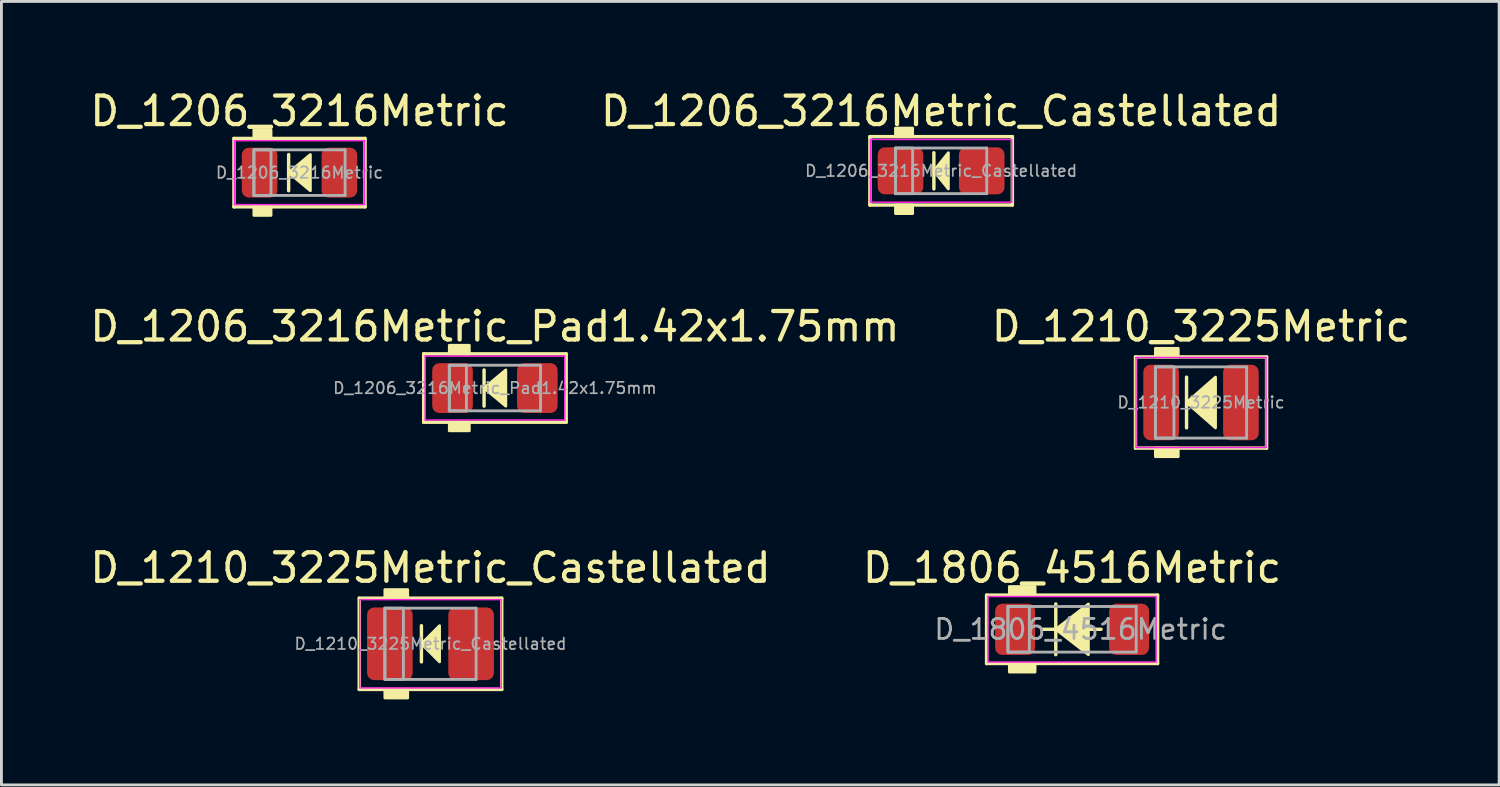
<source format=kicad_pcb>
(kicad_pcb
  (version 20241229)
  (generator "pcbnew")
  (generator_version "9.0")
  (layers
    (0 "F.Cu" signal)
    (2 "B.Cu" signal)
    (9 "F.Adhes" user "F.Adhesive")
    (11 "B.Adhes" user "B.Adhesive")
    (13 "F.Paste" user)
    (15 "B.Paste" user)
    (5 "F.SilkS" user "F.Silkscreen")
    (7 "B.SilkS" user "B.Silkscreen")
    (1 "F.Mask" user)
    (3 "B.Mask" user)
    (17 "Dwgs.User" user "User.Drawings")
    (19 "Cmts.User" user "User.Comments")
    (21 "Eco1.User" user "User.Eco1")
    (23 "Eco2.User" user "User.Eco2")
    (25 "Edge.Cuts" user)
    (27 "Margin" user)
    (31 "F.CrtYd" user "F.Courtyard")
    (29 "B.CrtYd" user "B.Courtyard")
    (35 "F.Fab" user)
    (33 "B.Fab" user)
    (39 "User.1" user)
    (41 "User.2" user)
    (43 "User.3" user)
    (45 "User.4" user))
  (footprint "D_1206_3216Metric"
    (layer "F.Cu")
    (at 7.458 3.007)
    (property "Reference" "D_1206_3216Metric" (at 0 -2.159 0) (layer "F.SilkS") (effects (font (size 1 1) (thickness 0.15))))
    (attr smd)
    (fp_line (start -2.3 -1.2) (end -2.3 1.2) (stroke (width 0.12) (type solid)) (layer "F.SilkS"))
    (fp_line (start -2.3 1.2) (end 2.3 1.2) (stroke (width 0.12) (type solid)) (layer "F.SilkS"))
    (fp_line (start -0.381 -0.635) (end -0.381 0.635) (stroke (width 0.12) (type solid)) (layer "F.SilkS"))
    (fp_line (start 2.3 -1.2) (end -2.3 -1.2) (stroke (width 0.12) (type solid)) (layer "F.SilkS"))
    (fp_line (start 2.3 1.2) (end 2.3 -1.2) (stroke (width 0.12) (type solid)) (layer "F.SilkS"))
    (fp_poly (pts (xy 0.381 0.635) (xy -0.381 0) (xy 0.381 -0.635)) (stroke (width 0.1) (type solid)) (fill yes) (layer "F.SilkS"))
    (fp_poly (pts (xy -1 -1.2) (xy -1.6 -1.2) (xy -1.6 -1.5) (xy -1 -1.5)) (stroke (width 0.1) (type solid)) (fill yes) (layer "F.SilkS"))
    (fp_poly (pts (xy -1 1.5) (xy -1.6 1.5) (xy -1.6 1.2) (xy -1 1.2)) (stroke (width 0.1) (type solid)) (fill yes) (layer "F.SilkS"))
    (fp_line (start -2.28 -1.12) (end 2.28 -1.12) (stroke (width 0.05) (type solid)) (layer "F.CrtYd"))
    (fp_line (start -2.28 1.12) (end -2.28 -1.12) (stroke (width 0.05) (type solid)) (layer "F.CrtYd"))
    (fp_line (start 2.28 -1.12) (end 2.28 1.12) (stroke (width 0.05) (type solid)) (layer "F.CrtYd"))
    (fp_line (start 2.28 1.12) (end -2.28 1.12) (stroke (width 0.05) (type solid)) (layer "F.CrtYd"))
    (fp_line (start -1.6 -0.8) (end -1.6 0.8) (stroke (width 0.1) (type solid)) (layer "F.Fab"))
    (fp_line (start -1.6 0.8) (end 1.6 0.8) (stroke (width 0.1) (type solid)) (layer "F.Fab"))
    (fp_line (start 1.6 -0.8) (end -1.6 -0.8) (stroke (width 0.1) (type solid)) (layer "F.Fab"))
    (fp_line (start 1.6 0.8) (end 1.6 -0.8) (stroke (width 0.1) (type solid)) (layer "F.Fab"))
    (fp_rect (start -1.6 -0.8) (end -1 0.8) (stroke (width 0.1) (type solid)) (fill no) (layer "F.Fab"))
    (fp_text user "${REFERENCE}" (at 0 0 0) (layer "F.Fab") (effects (font (size 0.4 0.4) (thickness 0.06))))
    (pad "1" smd roundrect (at -1.4 0) (size 1.25 1.75) (layers "F.Cu" "F.Mask" "F.Paste") (roundrect_rratio 0.2))
    (pad "2" smd roundrect (at 1.4 0) (size 1.25 1.75) (layers "F.Cu" "F.Mask" "F.Paste") (roundrect_rratio 0.2)))
  (footprint "D_1210_3225Metric"
    (layer "F.Cu")
    (at 39.089 11.072)
    (property "Reference" "D_1210_3225Metric" (at 0 -2.667 0) (layer "F.SilkS") (effects (font (size 1 1) (thickness 0.15))))
    (attr smd)
    (fp_line (start -2.3 -1.6) (end -2.3 1.6) (stroke (width 0.12) (type solid)) (layer "F.SilkS"))
    (fp_line (start -2.3 1.6) (end 2.3 1.6) (stroke (width 0.12) (type solid)) (layer "F.SilkS"))
    (fp_line (start -0.508 -0.889) (end -0.508 0.889) (stroke (width 0.12) (type solid)) (layer "F.SilkS"))
    (fp_line (start 2.3 -1.6) (end -2.3 -1.6) (stroke (width 0.12) (type solid)) (layer "F.SilkS"))
    (fp_line (start 2.3 1.6) (end 2.3 -1.6) (stroke (width 0.12) (type solid)) (layer "F.SilkS"))
    (fp_poly (pts (xy 0.508 0.889) (xy -0.508 0) (xy 0.508 -0.889)) (stroke (width 0.1) (type solid)) (fill yes) (layer "F.SilkS"))
    (fp_poly (pts (xy -0.8 -1.6) (xy -1.6 -1.6) (xy -1.6 -1.9) (xy -0.8 -1.9)) (stroke (width 0.1) (type solid)) (fill yes) (layer "F.SilkS"))
    (fp_poly (pts (xy -0.8 1.9) (xy -1.6 1.9) (xy -1.6 1.6) (xy -0.8 1.6)) (stroke (width 0.1) (type solid)) (fill yes) (layer "F.SilkS"))
    (fp_line (start -2.28 -1.58) (end 2.28 -1.58) (stroke (width 0.05) (type solid)) (layer "F.CrtYd"))
    (fp_line (start -2.28 1.58) (end -2.28 -1.58) (stroke (width 0.05) (type solid)) (layer "F.CrtYd"))
    (fp_line (start 2.28 -1.58) (end 2.28 1.58) (stroke (width 0.05) (type solid)) (layer "F.CrtYd"))
    (fp_line (start 2.28 1.58) (end -2.28 1.58) (stroke (width 0.05) (type solid)) (layer "F.CrtYd"))
    (fp_line (start -1.6 -1.25) (end -1.6 1.25) (stroke (width 0.1) (type solid)) (layer "F.Fab"))
    (fp_line (start -1.6 1.25) (end 1.6 1.25) (stroke (width 0.1) (type solid)) (layer "F.Fab"))
    (fp_line (start 1.6 -1.25) (end -1.6 -1.25) (stroke (width 0.1) (type solid)) (layer "F.Fab"))
    (fp_line (start 1.6 1.25) (end 1.6 -1.25) (stroke (width 0.1) (type solid)) (layer "F.Fab"))
    (fp_rect (start -1.6 -1.25) (end -0.95 1.25) (stroke (width 0.1) (type solid)) (fill no) (layer "F.Fab"))
    (fp_text user "${REFERENCE}" (at 0 0 0) (layer "F.Fab") (effects (font (size 0.4 0.4) (thickness 0.06))))
    (pad "1" smd roundrect (at -1.4 0) (size 1.25 2.65) (layers "F.Cu" "F.Mask" "F.Paste") (roundrect_rratio 0.2))
    (pad "2" smd roundrect (at 1.4 0) (size 1.25 2.65) (layers "F.Cu" "F.Mask" "F.Paste") (roundrect_rratio 0.2)))
  (footprint "D_1206_3216Metric_Castellated"
    (layer "F.Cu")
    (at 29.97 2.944)
    (property "Reference" "D_1206_3216Metric_Castellated" (at 0 -2.095 0) (layer "F.SilkS") (effects (font (size 1 1) (thickness 0.15))))
    (attr smd)
    (fp_line (start -2.5 -1.2) (end -2.5 1.2) (stroke (width 0.12) (type solid)) (layer "F.SilkS"))
    (fp_line (start -2.5 1.2) (end 2.5 1.2) (stroke (width 0.12) (type solid)) (layer "F.SilkS"))
    (fp_line (start -0.254 -0.635) (end -0.254 0.635) (stroke (width 0.12) (type solid)) (layer "F.SilkS"))
    (fp_line (start 2.5 -1.2) (end -2.5 -1.2) (stroke (width 0.12) (type solid)) (layer "F.SilkS"))
    (fp_line (start 2.5 1.2) (end 2.5 -1.2) (stroke (width 0.12) (type solid)) (layer "F.SilkS"))
    (fp_poly (pts (xy 0.254 0.635) (xy -0.254 0) (xy 0.254 -0.635)) (stroke (width 0.1) (type solid)) (fill yes) (layer "F.SilkS"))
    (fp_poly (pts (xy -1 -1.2) (xy -1.6 -1.2) (xy -1.6 -1.5) (xy -1 -1.5)) (stroke (width 0.1) (type solid)) (fill yes) (layer "F.SilkS"))
    (fp_poly (pts (xy -1 1.5) (xy -1.6 1.5) (xy -1.6 1.2) (xy -1 1.2)) (stroke (width 0.1) (type solid)) (fill yes) (layer "F.SilkS"))
    (fp_rect (start -2.48 -1.1) (end 2.48 1.1) (stroke (width 0.05) (type solid)) (fill no) (layer "F.CrtYd"))
    (fp_line (start -1.6 -0.8) (end -1.6 0.8) (stroke (width 0.1) (type solid)) (layer "F.Fab"))
    (fp_line (start -1.6 0.8) (end 1.6 0.8) (stroke (width 0.1) (type solid)) (layer "F.Fab"))
    (fp_line (start 1.6 -0.8) (end -1.6 -0.8) (stroke (width 0.1) (type solid)) (layer "F.Fab"))
    (fp_line (start 1.6 0.8) (end 1.6 -0.8) (stroke (width 0.1) (type solid)) (layer "F.Fab"))
    (fp_rect (start -1.6 -0.8) (end -1 0.8) (stroke (width 0.1) (type solid)) (fill no) (layer "F.Fab"))
    (fp_text user "${REFERENCE}" (at 0 0 0) (layer "F.Fab") (effects (font (size 0.4 0.4) (thickness 0.06))))
    (pad "1" smd roundrect (at -1.425 0) (size 1.6 1.65) (layers "F.Cu" "F.Mask" "F.Paste") (roundrect_rratio 0.156))
    (pad "2" smd roundrect (at 1.425 0) (size 1.6 1.65) (layers "F.Cu" "F.Mask" "F.Paste") (roundrect_rratio 0.156)))
  (footprint "D_1806_4516Metric"
    (layer "F.Cu")
    (at 34.565 19.03)
    (property "Reference" "D_1806_4516Metric" (at 0 -2.159 0) (layer "F.SilkS") (effects (font (size 1 1) (thickness 0.15))))
    (attr smd)
    (fp_line (start -3 -1.2) (end -3 1.2) (stroke (width 0.12) (type solid)) (layer "F.SilkS"))
    (fp_line (start -3 1.2) (end 3 1.2) (stroke (width 0.12) (type solid)) (layer "F.SilkS"))
    (fp_line (start -1.016 0) (end -0.572 0) (stroke (width 0.12) (type solid)) (layer "F.SilkS"))
    (fp_line (start -0.572 -0.889) (end -0.572 0.889) (stroke (width 0.12) (type solid)) (layer "F.SilkS"))
    (fp_line (start 0.572 0) (end 1.016 0) (stroke (width 0.12) (type solid)) (layer "F.SilkS"))
    (fp_line (start 3 -1.2) (end -3 -1.2) (stroke (width 0.12) (type solid)) (layer "F.SilkS"))
    (fp_line (start 3 1.2) (end 3 -1.2) (stroke (width 0.12) (type solid)) (layer "F.SilkS"))
    (fp_poly (pts (xy 0.572 0.889) (xy -0.572 0) (xy 0.572 -0.889)) (stroke (width 0.1) (type solid)) (fill yes) (layer "F.SilkS"))
    (fp_poly (pts (xy -1.3 -1.2) (xy -2.2 -1.2) (xy -2.2 -1.5) (xy -1.3 -1.5)) (stroke (width 0.1) (type solid)) (fill yes) (layer "F.SilkS"))
    (fp_poly (pts (xy -1.3 1.5) (xy -2.2 1.5) (xy -2.2 1.2) (xy -1.3 1.2)) (stroke (width 0.1) (type solid)) (fill yes) (layer "F.SilkS"))
    (fp_rect (start -2.95 -1.15) (end 2.95 1.15) (stroke (width 0.05) (type solid)) (fill no) (layer "F.CrtYd"))
    (fp_line (start -2.25 -0.8) (end -2.25 0.8) (stroke (width 0.1) (type solid)) (layer "F.Fab"))
    (fp_line (start -2.25 0.8) (end 2.25 0.8) (stroke (width 0.1) (type solid)) (layer "F.Fab"))
    (fp_line (start 2.25 -0.8) (end -2.25 -0.8) (stroke (width 0.1) (type solid)) (layer "F.Fab"))
    (fp_line (start 2.25 0.8) (end 2.25 -0.8) (stroke (width 0.1) (type solid)) (layer "F.Fab"))
    (fp_rect (start -2.25 -0.8) (end -1.5 0.8) (stroke (width 0.1) (type solid)) (fill no) (layer "F.Fab"))
    (fp_text user "${REFERENCE}" (at 0.3 0 0) (layer "F.Fab") (effects (font (size 0.7 0.7) (thickness 0.1))))
    (pad "1" smd roundrect (at -2 0) (size 1.4 1.8) (layers "F.Cu" "F.Mask" "F.Paste") (roundrect_rratio 0.179))
    (pad "2" smd roundrect (at 2 0) (size 1.4 1.8) (layers "F.Cu" "F.Mask" "F.Paste") (roundrect_rratio 0.179)))
  (footprint "D_1206_3216Metric_Pad1.42x1.75mm"
    (layer "F.Cu")
    (at 14.315 10.565)
    (property "Reference" "D_1206_3216Metric_Pad1.42x1.75mm" (at 0 -2.159 0) (layer "F.SilkS") (effects (font (size 1 1) (thickness 0.15))))
    (attr smd)
    (fp_line (start -2.5 -1.2) (end -2.5 1.2) (stroke (width 0.12) (type solid)) (layer "F.SilkS"))
    (fp_line (start -2.5 1.2) (end 2.5 1.2) (stroke (width 0.12) (type solid)) (layer "F.SilkS"))
    (fp_line (start -0.381 -0.635) (end -0.381 0.635) (stroke (width 0.12) (type solid)) (layer "F.SilkS"))
    (fp_line (start 2.5 -1.2) (end -2.5 -1.2) (stroke (width 0.12) (type solid)) (layer "F.SilkS"))
    (fp_line (start 2.5 1.2) (end 2.5 -1.2) (stroke (width 0.12) (type solid)) (layer "F.SilkS"))
    (fp_poly (pts (xy 0.381 0.635) (xy -0.381 0) (xy 0.381 -0.635)) (stroke (width 0.1) (type solid)) (fill yes) (layer "F.SilkS"))
    (fp_poly (pts (xy -0.9 -1.2) (xy -1.6 -1.2) (xy -1.6 -1.5) (xy -0.9 -1.5)) (stroke (width 0.1) (type solid)) (fill yes) (layer "F.SilkS"))
    (fp_poly (pts (xy -0.9 1.5) (xy -1.6 1.5) (xy -1.6 1.2) (xy -0.9 1.2)) (stroke (width 0.1) (type solid)) (fill yes) (layer "F.SilkS"))
    (fp_line (start -2.45 -1.12) (end 2.45 -1.12) (stroke (width 0.05) (type solid)) (layer "F.CrtYd"))
    (fp_line (start -2.45 1.12) (end -2.45 -1.12) (stroke (width 0.05) (type solid)) (layer "F.CrtYd"))
    (fp_line (start 2.45 -1.12) (end 2.45 1.12) (stroke (width 0.05) (type solid)) (layer "F.CrtYd"))
    (fp_line (start 2.45 1.12) (end -2.45 1.12) (stroke (width 0.05) (type solid)) (layer "F.CrtYd"))
    (fp_line (start -1.6 -0.8) (end -1.6 0.8) (stroke (width 0.1) (type solid)) (layer "F.Fab"))
    (fp_line (start -1.6 0.8) (end 1.6 0.8) (stroke (width 0.1) (type solid)) (layer "F.Fab"))
    (fp_line (start 1.6 -0.8) (end -1.6 -0.8) (stroke (width 0.1) (type solid)) (layer "F.Fab"))
    (fp_line (start 1.6 0.8) (end 1.6 -0.8) (stroke (width 0.1) (type solid)) (layer "F.Fab"))
    (fp_rect (start -1.6 -0.8) (end -1 0.8) (stroke (width 0.1) (type solid)) (fill no) (layer "F.Fab"))
    (fp_text user "${REFERENCE}" (at 0 0 0) (layer "F.Fab") (effects (font (size 0.4 0.4) (thickness 0.06))))
    (pad "1" smd roundrect (at -1.488 0) (size 1.425 1.75) (layers "F.Cu" "F.Mask" "F.Paste") (roundrect_rratio 0.175))
    (pad "2" smd roundrect (at 1.488 0) (size 1.425 1.75) (layers "F.Cu" "F.Mask" "F.Paste") (roundrect_rratio 0.175)))
  (footprint "D_1210_3225Metric_Castellated"
    (layer "F.Cu")
    (at 12.054 19.538)
    (property "Reference" "D_1210_3225Metric_Castellated" (at 0 -2.667 0) (layer "F.SilkS") (effects (font (size 1 1) (thickness 0.15))))
    (attr smd)
    (fp_line (start -2.5 -1.6) (end -2.5 1.6) (stroke (width 0.12) (type solid)) (layer "F.SilkS"))
    (fp_line (start -2.5 1.6) (end 2.5 1.6) (stroke (width 0.12) (type solid)) (layer "F.SilkS"))
    (fp_line (start -0.318 -0.635) (end -0.318 0.635) (stroke (width 0.12) (type solid)) (layer "F.SilkS"))
    (fp_line (start 2.5 -1.6) (end -2.5 -1.6) (stroke (width 0.12) (type solid)) (layer "F.SilkS"))
    (fp_line (start 2.5 1.6) (end 2.5 -1.6) (stroke (width 0.12) (type solid)) (layer "F.SilkS"))
    (fp_poly (pts (xy 0.318 0.635) (xy -0.318 0) (xy 0.318 -0.635)) (stroke (width 0.1) (type solid)) (fill yes) (layer "F.SilkS"))
    (fp_poly (pts (xy -0.8 -1.6) (xy -1.6 -1.6) (xy -1.6 -1.9) (xy -0.8 -1.9)) (stroke (width 0.1) (type solid)) (fill yes) (layer "F.SilkS"))
    (fp_poly (pts (xy -0.8 1.9) (xy -1.6 1.9) (xy -1.6 1.6) (xy -0.8 1.6)) (stroke (width 0.1) (type solid)) (fill yes) (layer "F.SilkS"))
    (fp_rect (start -2.48 -1.55) (end 2.48 1.55) (stroke (width 0.05) (type solid)) (fill no) (layer "F.CrtYd"))
    (fp_line (start -1.6 -1.25) (end -1.6 1.25) (stroke (width 0.1) (type solid)) (layer "F.Fab"))
    (fp_line (start -1.6 1.25) (end 1.6 1.25) (stroke (width 0.1) (type solid)) (layer "F.Fab"))
    (fp_line (start 1.6 -1.25) (end -1.6 -1.25) (stroke (width 0.1) (type solid)) (layer "F.Fab"))
    (fp_line (start 1.6 1.25) (end 1.6 -1.25) (stroke (width 0.1) (type solid)) (layer "F.Fab"))
    (fp_rect (start -1.6 -1.25) (end -0.95 1.25) (stroke (width 0.1) (type solid)) (fill no) (layer "F.Fab"))
    (fp_text user "${REFERENCE}" (at 0 0 0) (layer "F.Fab") (effects (font (size 0.4 0.4) (thickness 0.06))))
    (pad "1" smd roundrect (at -1.425 0) (size 1.6 2.55) (layers "F.Cu" "F.Mask" "F.Paste") (roundrect_rratio 0.156))
    (pad "2" smd roundrect (at 1.425 0) (size 1.6 2.55) (layers "F.Cu" "F.Mask" "F.Paste") (roundrect_rratio 0.156)))
  (gr_rect
    (start -3 -3)
    (end 49.548 24.488)
    (stroke (width 0.1) (type default))
    (fill no)
    (layer "Edge.Cuts")))
</source>
